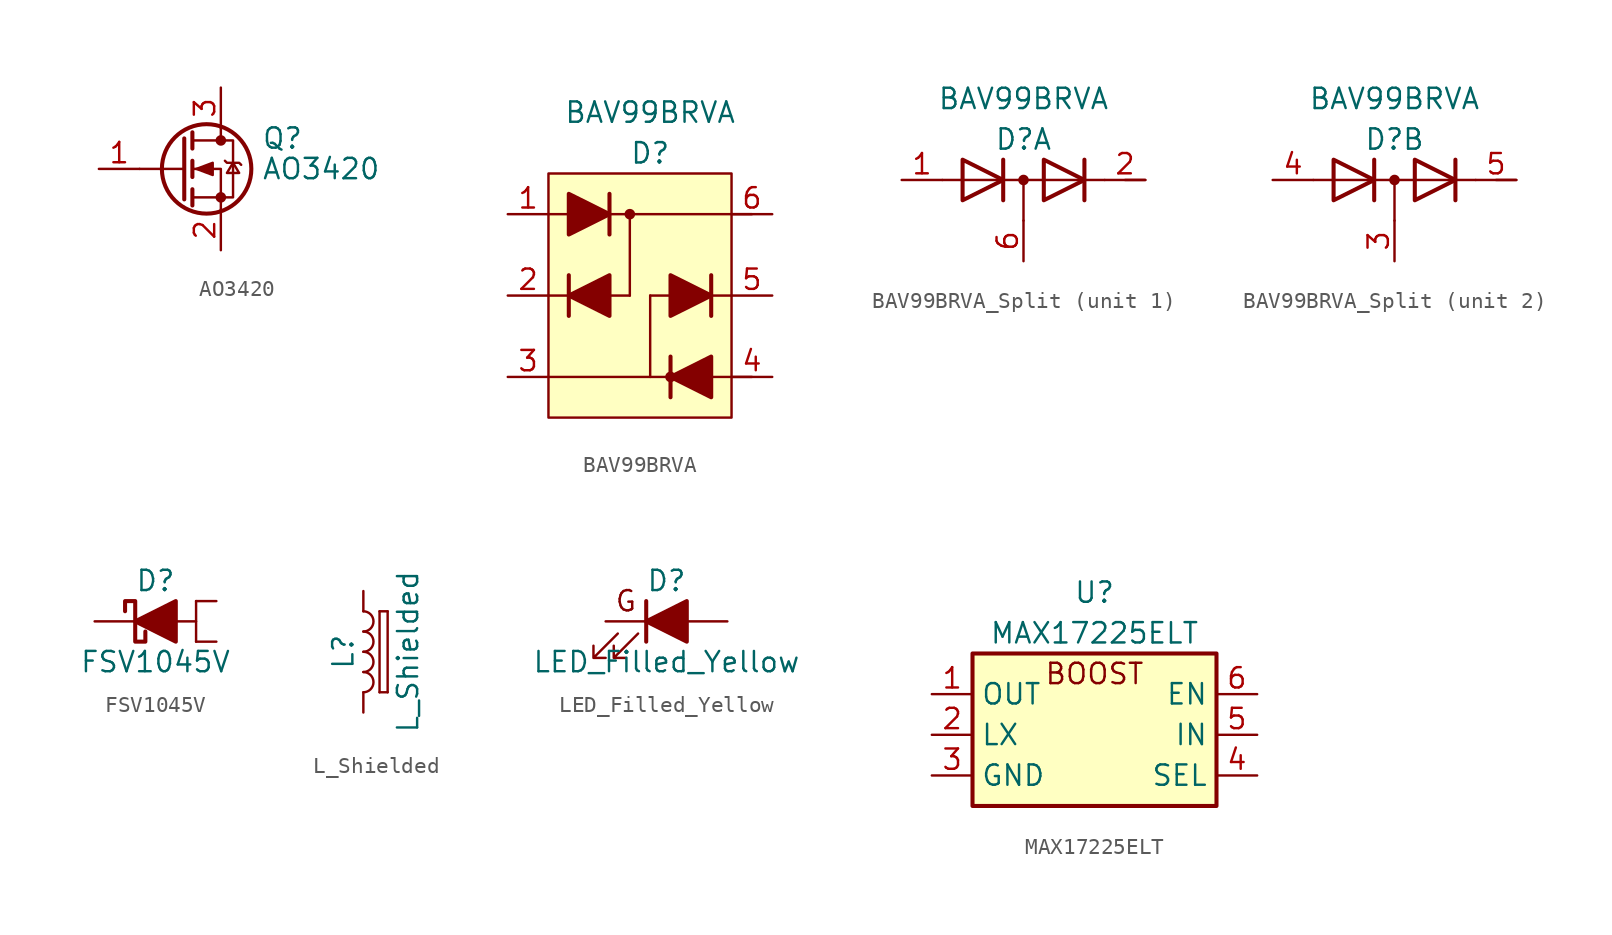
<source format=kicad_sym>
(kicad_symbol_lib
  (version 20220914)
  (generator kicad_symbol_editor)
  (symbol "AO3420"
    (pin_names hide)
    (property "Reference" "Q"
      (at 5.08 1.905 0)
      (effects (font (size 1.27 1.27)) (justify left)))
    (property "Value" "AO3420"
      (at 5.08 0 0)
      (effects (font (size 1.27 1.27)) (justify left)))
    (symbol "AO3420_0_1"
      (polyline (pts (xy 0.254 0) (xy -2.54 0)) (stroke (width 0) (type default)) (fill (type none)))
      (polyline (pts (xy 0.254 1.905) (xy 0.254 -1.905)) (stroke (width 0.254) (type default)) (fill (type none)))
      (polyline (pts (xy 0.762 -1.27) (xy 0.762 -2.286)) (stroke (width 0.254) (type default)) (fill (type none)))
      (polyline (pts (xy 0.762 0.508) (xy 0.762 -0.508)) (stroke (width 0.254) (type default)) (fill (type none)))
      (polyline (pts (xy 0.762 2.286) (xy 0.762 1.27)) (stroke (width 0.254) (type default)) (fill (type none)))
      (polyline (pts (xy 2.54 2.54) (xy 2.54 1.778)) (stroke (width 0) (type default)) (fill (type none)))
      (polyline (pts (xy 2.54 -2.54) (xy 2.54 0) (xy 0.762 0)) (stroke (width 0) (type default)) (fill (type none)))
      (polyline (pts (xy 0.762 -1.778) (xy 3.302 -1.778) (xy 3.302 1.778) (xy 0.762 1.778)) (stroke (width 0) (type default)) (fill (type none)))
      (polyline (pts (xy 1.016 0) (xy 2.032 0.381) (xy 2.032 -0.381) (xy 1.016 0)) (stroke (width 0) (type default)) (fill (type outline)))
      (polyline (pts (xy 2.794 0.508) (xy 2.921 0.381) (xy 3.683 0.381) (xy 3.81 0.254)) (stroke (width 0) (type default)) (fill (type none)))
      (polyline (pts (xy 3.302 0.381) (xy 2.921 -0.254) (xy 3.683 -0.254) (xy 3.302 0.381)) (stroke (width 0) (type default)) (fill (type none)))
      (circle (center 1.651 0) (radius 2.794) (stroke (width 0.254) (type default)) (fill (type none)))
      (circle (center 2.54 -1.778) (radius 0.254) (stroke (width 0) (type default)) (fill (type outline)))
      (circle (center 2.54 1.778) (radius 0.254) (stroke (width 0) (type default)) (fill (type outline))))
    (symbol "AO3420_1_1"
      (pin input line (at -5.08 0 0) (length 2.54) (name "G" (effects (font (size 1.27 1.27)))) (number "1" (effects (font (size 1.27 1.27)))))
      (pin passive line (at 2.54 -5.08 90) (length 2.54) (name "S" (effects (font (size 1.27 1.27)))) (number "2" (effects (font (size 1.27 1.27)))))
      (pin passive line (at 2.54 5.08 270) (length 2.54) (name "D" (effects (font (size 1.27 1.27)))) (number "3" (effects (font (size 1.27 1.27)))))))
  (symbol "BAV99BRVA"
    (pin_names
      (offset 0.025) hide)
    (property "Reference" "D"
      (at 0 3.81 0)
      (effects (font (size 1.27 1.27))))
    (property "Value" "BAV99BRVA"
      (at 0 6.35 0)
      (effects (font (size 1.27 1.27))))
    (symbol "BAV99BRVA_0_1"
      (rectangle (start -6.35 2.54) (end 5.08 -12.7) (stroke (width 0) (type default)) (fill (type background)))
      (circle (center -1.27 0) (radius 0.254) (stroke (width 0) (type default)) (fill (type outline)))
      (polyline (pts (xy -6.35 -10.16) (xy 6.35 -10.16)) (stroke (width 0) (type default)) (fill (type none)))
      (polyline (pts (xy -6.35 -5.08) (xy -1.27 -5.08)) (stroke (width 0) (type default)) (fill (type none)))
      (polyline (pts (xy -6.35 0) (xy 6.35 0)) (stroke (width 0) (type default)) (fill (type none)))
      (polyline (pts (xy -1.27 0) (xy -1.27 -5.08)) (stroke (width 0) (type default)) (fill (type none)))
      (polyline (pts (xy 0 -5.08) (xy 0 -10.16)) (stroke (width 0) (type default)) (fill (type none)))
      (polyline (pts (xy 0 -5.08) (xy 5.08 -5.08)) (stroke (width 0) (type default)) (fill (type none)))
      (polyline (pts (xy -5.08 -3.81) (xy -5.08 -6.35) (xy -5.08 -6.35)) (stroke (width 0.254) (type default)) (fill (type none)))
      (polyline (pts (xy -2.54 -1.27) (xy -2.54 1.27) (xy -2.54 1.27)) (stroke (width 0.254) (type default)) (fill (type none)))
      (polyline (pts (xy 1.27 -11.43) (xy 1.27 -8.89) (xy 1.27 -8.89)) (stroke (width 0.254) (type default)) (fill (type none)))
      (polyline (pts (xy 3.81 -3.81) (xy 3.81 -6.35) (xy 3.81 -6.35)) (stroke (width 0.254) (type default)) (fill (type none)))
      (polyline (pts (xy -5.08 1.27) (xy -2.54 0) (xy -5.08 -1.27) (xy -5.08 1.27) (xy -5.08 1.27) (xy -5.08 1.27)) (stroke (width 0.254) (type default)) (fill (type outline)))
      (polyline (pts (xy -2.54 -3.81) (xy -5.08 -5.08) (xy -2.54 -6.35) (xy -2.54 -3.81) (xy -2.54 -3.81) (xy -2.54 -3.81)) (stroke (width 0.254) (type default)) (fill (type outline)))
      (polyline (pts (xy 1.27 -3.81) (xy 3.81 -5.08) (xy 1.27 -6.35) (xy 1.27 -3.81) (xy 1.27 -3.81) (xy 1.27 -3.81)) (stroke (width 0.254) (type default)) (fill (type outline)))
      (polyline (pts (xy 3.81 -8.89) (xy 1.27 -10.16) (xy 3.81 -11.43) (xy 3.81 -8.89) (xy 3.81 -8.89) (xy 3.81 -8.89)) (stroke (width 0.254) (type default)) (fill (type outline)))
      (circle (center 1.27 -10.16) (radius 0.254) (stroke (width 0) (type default)) (fill (type outline))))
    (symbol "BAV99BRVA_1_1"
      (pin passive line (at -8.89 0 0) (length 2.54) (name "A1" (effects (font (size 1.27 1.27)))) (number "1" (effects (font (size 1.27 1.27)))))
      (pin passive line (at -8.89 -5.08 0) (length 2.54) (name "K2" (effects (font (size 1.27 1.27)))) (number "2" (effects (font (size 1.27 1.27)))))
      (pin passive line (at -8.89 -10.16 0) (length 2.54) (name "K3A4" (effects (font (size 1.27 1.27)))) (number "3" (effects (font (size 1.27 1.27)))))
      (pin passive line (at 7.62 -10.16 180) (length 2.54) (name "A3" (effects (font (size 1.27 1.27)))) (number "4" (effects (font (size 1.27 1.27)))))
      (pin passive line (at 7.62 -5.08 180) (length 2.54) (name "K4" (effects (font (size 1.27 1.27)))) (number "5" (effects (font (size 1.27 1.27)))))
      (pin passive line (at 7.62 0 180) (length 2.54) (name "K1A2" (effects (font (size 1.27 1.27)))) (number "6" (effects (font (size 1.27 1.27)))))))
  (symbol "BAV99BRVA_Split"
    (pin_names
      (offset 0.025) hide)
    (property "Reference" "D"
      (at 0 2.54 0)
      (effects (font (size 1.27 1.27))))
    (property "Value" "BAV99BRVA"
      (at 0 5.08 0)
      (effects (font (size 1.27 1.27))))
    (property "ki_locked" ""
      (at 0 0 0)
      (effects (font (size 1.27 1.27))))
    (symbol "BAV99BRVA_Split_0_1"
      (polyline (pts (xy -5.08 0) (xy 5.08 0)) (stroke (width 0) (type default)) (fill (type none)))
      (polyline (pts (xy 0 0) (xy 0 -2.54)) (stroke (width 0) (type default)) (fill (type none)))
      (polyline (pts (xy -1.27 -1.27) (xy -1.27 1.27) (xy -1.27 1.27)) (stroke (width 0.254) (type default)) (fill (type none)))
      (polyline (pts (xy 3.81 1.27) (xy 3.81 -1.27) (xy 3.81 -1.27)) (stroke (width 0.254) (type default)) (fill (type none)))
      (polyline (pts (xy -3.81 1.27) (xy -1.27 0) (xy -3.81 -1.27) (xy -3.81 1.27) (xy -3.81 1.27) (xy -3.81 1.27)) (stroke (width 0.254) (type default)) (fill (type none)))
      (polyline (pts (xy 1.27 1.27) (xy 3.81 0) (xy 1.27 -1.27) (xy 1.27 1.27) (xy 1.27 1.27) (xy 1.27 1.27)) (stroke (width 0.254) (type default)) (fill (type none)))
      (circle (center 0 0) (radius 0.254) (stroke (width 0) (type default)) (fill (type outline))))
    (symbol "BAV99BRVA_Split_1_1"
      (polyline (pts (xy 6.35 0) (xy 7.62 0)) (stroke (width 0) (type default)) (fill (type none)))
      (pin passive line (at -7.62 0 0) (length 2.54) (name "A1" (effects (font (size 1.27 1.27)))) (number "1" (effects (font (size 1.27 1.27)))))
      (pin passive line (at 7.62 0 180) (length 2.54) (name "K2" (effects (font (size 1.27 1.27)))) (number "2" (effects (font (size 1.27 1.27)))))
      (pin passive line (at 0 -5.08 90) (length 2.54) (name "K1A2" (effects (font (size 1.27 1.27)))) (number "6" (effects (font (size 1.27 1.27))))))
    (symbol "BAV99BRVA_Split_2_1"
      (polyline (pts (xy 6.35 0) (xy 7.62 0)) (stroke (width 0) (type default)) (fill (type none)))
      (pin passive line (at 0 -5.08 90) (length 2.54) (name "K3A4" (effects (font (size 1.27 1.27)))) (number "3" (effects (font (size 1.27 1.27)))))
      (pin passive line (at -7.62 0 0) (length 2.54) (name "A3" (effects (font (size 1.27 1.27)))) (number "4" (effects (font (size 1.27 1.27)))))
      (pin passive line (at 7.62 0 180) (length 2.54) (name "K4" (effects (font (size 1.27 1.27)))) (number "5" (effects (font (size 1.27 1.27)))))))
  (symbol "FSV1045V"
    (pin_numbers hide)
    (pin_names
      (offset 1.016) hide)
    (property "Reference" "D"
      (at 0 2.54 0)
      (effects (font (size 1.27 1.27))))
    (property "Value" "FSV1045V"
      (at 0 -2.54 0)
      (effects (font (size 1.27 1.27))))
    (symbol "FSV1045V_0_1"
      (polyline (pts (xy 1.27 0) (xy -1.27 0)) (stroke (width 0) (type default)) (fill (type none)))
      (polyline (pts (xy 2.54 -1.27) (xy 2.54 0)) (stroke (width 0) (type default)) (fill (type none)))
      (polyline (pts (xy 1.27 0) (xy 2.54 0) (xy 2.54 1.27)) (stroke (width 0) (type default)) (fill (type none)))
      (polyline (pts (xy -1.905 0.635) (xy -1.905 1.27) (xy -1.27 1.27) (xy -1.27 -1.27) (xy -0.635 -1.27) (xy -0.635 -0.635)) (stroke (width 0.254) (type default)) (fill (type none))))
    (symbol "FSV1045V_1_1"
      (polyline (pts (xy 1.27 1.27) (xy 1.27 -1.27) (xy -1.27 0) (xy 1.27 1.27)) (stroke (width 0.254) (type default)) (fill (type outline)))
      (pin passive line (at 3.81 1.27 180) (length 1.27) (name "A1" (effects (font (size 1.27 1.27)))) (number "1" (effects (font (size 1.27 1.27)))))
      (pin passive line (at 3.81 -1.27 180) (length 1.27) (name "A2" (effects (font (size 1.27 1.27)))) (number "2" (effects (font (size 1.27 1.27)))))
      (pin passive line (at -3.81 0 0) (length 2.54) (name "C" (effects (font (size 1.27 1.27)))) (number "3" (effects (font (size 1.27 1.27)))))))
  (symbol "L_Shielded"
    (pin_numbers hide)
    (pin_names
      (offset 1.016) hide)
    (property "Reference" "L"
      (at -1.27 0 90)
      (effects (font (size 1.27 1.27))))
    (property "Value" "L_Shielded"
      (at 2.794 0 90)
      (effects (font (size 1.27 1.27))))
    (symbol "L_Shielded_0_1"
      (arc (start 0 -2.54) (mid 0.6323 -1.905) (end 0 -1.27) (stroke (width 0) (type default)) (fill (type none)))
      (arc (start 0 -1.27) (mid 0.6323 -0.635) (end 0 0) (stroke (width 0) (type default)) (fill (type none)))
      (polyline (pts (xy 1.016 2.54) (xy 1.016 -2.54)) (stroke (width 0) (type default)) (fill (type none)))
      (polyline (pts (xy 1.524 -2.54) (xy 1.016 -2.54)) (stroke (width 0) (type default)) (fill (type none)))
      (polyline (pts (xy 1.524 -2.54) (xy 1.524 2.54)) (stroke (width 0) (type default)) (fill (type none)))
      (polyline (pts (xy 1.524 2.54) (xy 1.016 2.54)) (stroke (width 0) (type default)) (fill (type none)))
      (arc (start 0 0) (mid 0.6323 0.635) (end 0 1.27) (stroke (width 0) (type default)) (fill (type none)))
      (arc (start 0 1.27) (mid 0.6323 1.905) (end 0 2.54) (stroke (width 0) (type default)) (fill (type none))))
    (symbol "L_Shielded_1_1"
      (pin passive line (at 0 3.81 270) (length 1.27) (name "1" (effects (font (size 1.27 1.27)))) (number "1" (effects (font (size 1.27 1.27)))))
      (pin passive line (at 0 -3.81 90) (length 1.27) (name "2" (effects (font (size 1.27 1.27)))) (number "2" (effects (font (size 1.27 1.27)))))))
  (symbol "LED_Filled_Yellow"
    (pin_numbers hide)
    (pin_names
      (offset 1.016) hide)
    (property "Reference" "D"
      (at 0 2.54 0)
      (effects (font (size 1.27 1.27))))
    (property "Value" "LED_Filled_Yellow"
      (at 0 -2.54 0)
      (effects (font (size 1.27 1.27))))
    (symbol "LED_Filled_Yellow_0_1"
      (polyline (pts (xy -1.27 -1.27) (xy -1.27 1.27)) (stroke (width 0.254) (type default)) (fill (type none)))
      (polyline (pts (xy -1.27 0) (xy 1.27 0)) (stroke (width 0) (type default)) (fill (type none)))
      (polyline (pts (xy 1.27 -1.27) (xy 1.27 1.27) (xy -1.27 0) (xy 1.27 -1.27)) (stroke (width 0.254) (type default)) (fill (type outline)))
      (polyline (pts (xy -3.048 -0.762) (xy -4.572 -2.286) (xy -3.81 -2.286) (xy -4.572 -2.286) (xy -4.572 -1.524)) (stroke (width 0) (type default)) (fill (type none)))
      (polyline (pts (xy -1.778 -0.762) (xy -3.302 -2.286) (xy -2.54 -2.286) (xy -3.302 -2.286) (xy -3.302 -1.524)) (stroke (width 0) (type default)) (fill (type none)))
      (text "G" (at -2.54 1.27 0) (effects (font (size 1.27 1.27)))))
    (symbol "LED_Filled_Yellow_1_1"
      (pin passive line (at -3.81 0 0) (length 2.54) (name "K" (effects (font (size 1.27 1.27)))) (number "1" (effects (font (size 1.27 1.27)))))
      (pin passive line (at 3.81 0 180) (length 2.54) (name "A" (effects (font (size 1.27 1.27)))) (number "2" (effects (font (size 1.27 1.27)))))))
  (symbol "MAX17225ELT"
    (property "Reference" "U"
      (at 0 8.89 0)
      (effects (font (size 1.27 1.27))))
    (property "Value" "MAX17225ELT"
      (at 0 6.35 0)
      (effects (font (size 1.27 1.27))))
    (symbol "MAX17225ELT_0_1"
      (text "BOOST" (at 0 3.81 0) (effects (font (size 1.27 1.27)))))
    (symbol "MAX17225ELT_1_1"
      (rectangle (start -7.62 5.08) (end 7.62 -4.445) (stroke (width 0.254) (type default)) (fill (type background)))
      (pin power_out line (at -10.16 2.54 0) (length 2.54) (name "OUT" (effects (font (size 1.27 1.27)))) (number "1" (effects (font (size 1.27 1.27)))))
      (pin input line (at -10.16 0 0) (length 2.54) (name "LX" (effects (font (size 1.27 1.27)))) (number "2" (effects (font (size 1.27 1.27)))))
      (pin power_in line (at -10.16 -2.54 0) (length 2.54) (name "GND" (effects (font (size 1.27 1.27)))) (number "3" (effects (font (size 1.27 1.27)))))
      (pin input line (at 10.16 -2.54 180) (length 2.54) (name "SEL" (effects (font (size 1.27 1.27)))) (number "4" (effects (font (size 1.27 1.27)))))
      (pin power_in line (at 10.16 0 180) (length 2.54) (name "IN" (effects (font (size 1.27 1.27)))) (number "5" (effects (font (size 1.27 1.27)))))
      (pin input line (at 10.16 2.54 180) (length 2.54) (name "EN" (effects (font (size 1.27 1.27)))) (number "6" (effects (font (size 1.27 1.27))))))))
</source>
